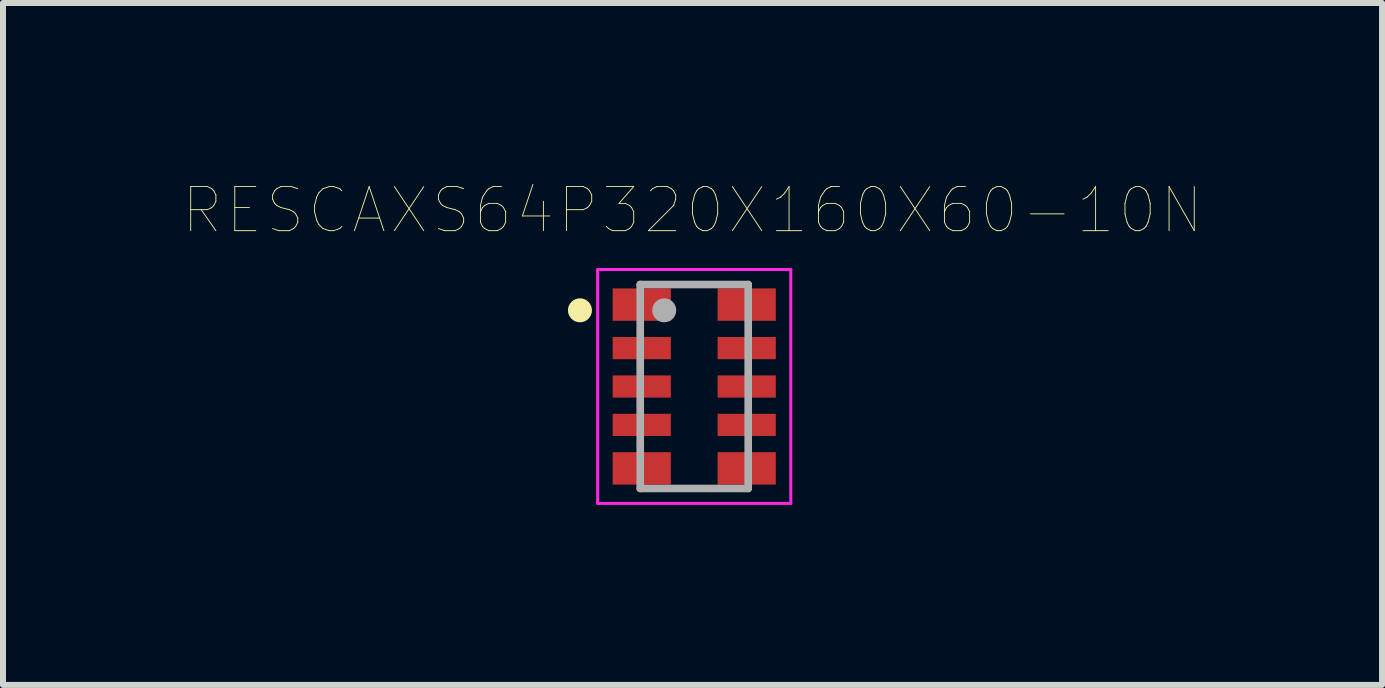
<source format=kicad_pcb>
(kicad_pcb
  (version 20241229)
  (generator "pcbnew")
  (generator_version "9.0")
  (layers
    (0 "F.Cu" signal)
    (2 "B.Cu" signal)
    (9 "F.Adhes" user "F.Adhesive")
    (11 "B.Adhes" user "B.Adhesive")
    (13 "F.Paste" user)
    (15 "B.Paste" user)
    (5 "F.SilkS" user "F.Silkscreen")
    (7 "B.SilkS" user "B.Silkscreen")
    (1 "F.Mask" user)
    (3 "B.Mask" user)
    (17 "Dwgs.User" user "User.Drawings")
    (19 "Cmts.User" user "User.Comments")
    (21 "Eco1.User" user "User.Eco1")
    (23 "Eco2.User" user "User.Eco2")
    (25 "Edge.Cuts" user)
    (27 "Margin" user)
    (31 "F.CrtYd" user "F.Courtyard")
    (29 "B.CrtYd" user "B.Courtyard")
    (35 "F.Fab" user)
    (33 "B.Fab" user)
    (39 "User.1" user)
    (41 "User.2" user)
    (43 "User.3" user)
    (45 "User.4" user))
  (footprint "RESCAXS64P320X160X60-10N"
    (layer "F.Cu")
    (at 8.523 3.393)
    (property "Reference" "RESCAXS64P320X160X60-10N" (at -0.029 -2.937 0) (layer "F.SilkS") (effects (font (size 0.735 0.735) (thickness 0.015))))
    (attr smd)
    (fp_circle (center -1.905 -1.27) (end -1.805 -1.27) (stroke (width 0.2) (type solid)) (fill no) (layer "F.SilkS"))
    (fp_line (start -1.61 -1.95) (end 1.61 -1.95) (stroke (width 0.05) (type solid)) (layer "F.CrtYd"))
    (fp_line (start -1.61 1.95) (end -1.61 -1.95) (stroke (width 0.05) (type solid)) (layer "F.CrtYd"))
    (fp_line (start 1.61 -1.95) (end 1.61 1.95) (stroke (width 0.05) (type solid)) (layer "F.CrtYd"))
    (fp_line (start 1.61 1.95) (end -1.61 1.95) (stroke (width 0.05) (type solid)) (layer "F.CrtYd"))
    (fp_line (start -0.9 -1.7) (end 0.9 -1.7) (stroke (width 0.127) (type solid)) (layer "F.Fab"))
    (fp_line (start -0.9 1.7) (end -0.9 -1.7) (stroke (width 0.127) (type solid)) (layer "F.Fab"))
    (fp_line (start 0.9 -1.7) (end 0.9 1.7) (stroke (width 0.127) (type solid)) (layer "F.Fab"))
    (fp_line (start 0.9 1.7) (end -0.9 1.7) (stroke (width 0.127) (type solid)) (layer "F.Fab"))
    (fp_circle (center -0.5 -1.27) (end -0.4 -1.27) (stroke (width 0.2) (type solid)) (fill no) (layer "F.Fab"))
    (pad "1" smd rect (at -0.875 -1.365) (size 0.97 0.54) (layers "F.Cu" "F.Mask" "F.Paste"))
    (pad "2" smd rect (at -0.875 -0.64) (size 0.97 0.37) (layers "F.Cu" "F.Mask" "F.Paste"))
    (pad "3" smd rect (at -0.875 0) (size 0.97 0.37) (layers "F.Cu" "F.Mask" "F.Paste"))
    (pad "4" smd rect (at -0.875 0.64) (size 0.97 0.37) (layers "F.Cu" "F.Mask" "F.Paste"))
    (pad "5" smd rect (at -0.875 1.365) (size 0.97 0.54) (layers "F.Cu" "F.Mask" "F.Paste"))
    (pad "6" smd rect (at 0.875 1.365) (size 0.97 0.54) (layers "F.Cu" "F.Mask" "F.Paste"))
    (pad "7" smd rect (at 0.875 0.64) (size 0.97 0.37) (layers "F.Cu" "F.Mask" "F.Paste"))
    (pad "8" smd rect (at 0.875 0) (size 0.97 0.37) (layers "F.Cu" "F.Mask" "F.Paste"))
    (pad "9" smd rect (at 0.875 -0.64) (size 0.97 0.37) (layers "F.Cu" "F.Mask" "F.Paste"))
    (pad "10" smd rect (at 0.875 -1.365) (size 0.97 0.54) (layers "F.Cu" "F.Mask" "F.Paste")))
  (gr_rect
    (start -3 -3)
    (end 19.989 8.368)
    (stroke (width 0.1) (type default))
    (fill no)
    (layer "Edge.Cuts")))
</source>
